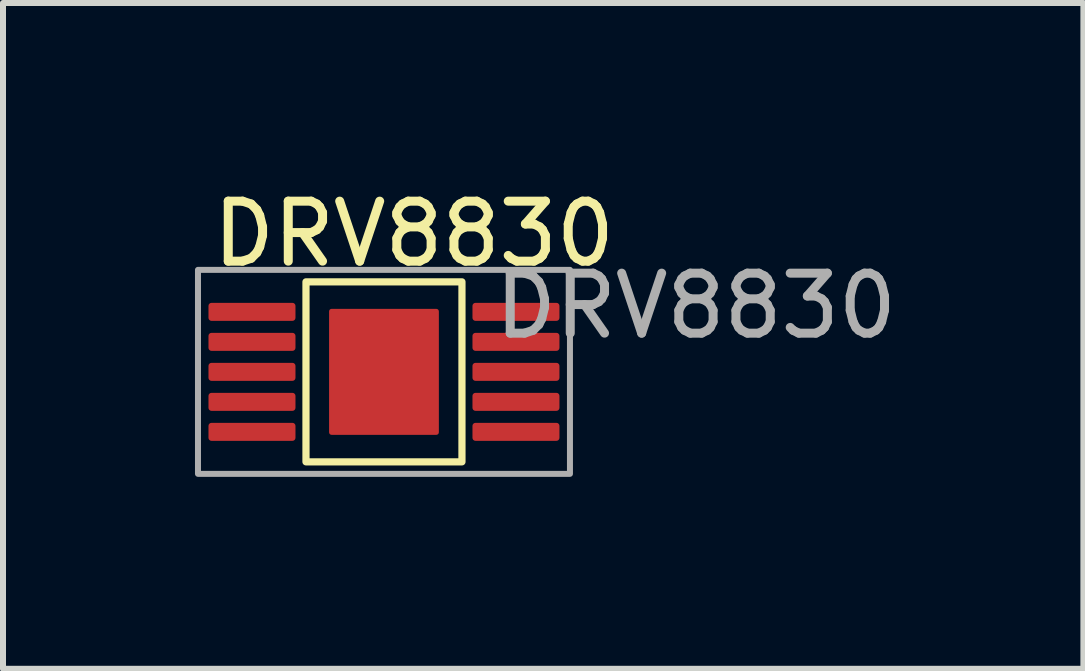
<source format=kicad_pcb>
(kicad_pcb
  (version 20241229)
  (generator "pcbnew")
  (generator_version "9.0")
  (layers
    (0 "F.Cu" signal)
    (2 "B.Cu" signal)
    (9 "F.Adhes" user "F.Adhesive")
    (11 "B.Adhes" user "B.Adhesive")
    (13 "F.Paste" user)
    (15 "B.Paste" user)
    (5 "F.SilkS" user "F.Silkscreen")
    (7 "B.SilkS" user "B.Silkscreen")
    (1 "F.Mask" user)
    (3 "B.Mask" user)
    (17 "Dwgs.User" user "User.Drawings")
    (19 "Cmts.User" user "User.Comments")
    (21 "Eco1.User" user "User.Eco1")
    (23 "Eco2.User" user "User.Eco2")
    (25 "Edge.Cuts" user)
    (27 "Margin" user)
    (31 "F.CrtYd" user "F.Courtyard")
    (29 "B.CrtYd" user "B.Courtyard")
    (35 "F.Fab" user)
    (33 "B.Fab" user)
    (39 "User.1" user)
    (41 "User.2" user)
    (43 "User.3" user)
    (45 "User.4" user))
  (footprint "DRV8830"
    (layer "F.Cu")
    (at 0.25 4.848)
    (property "Reference" "DRV8830" (at 3.6 -4 0) (unlocked yes) (layer "F.SilkS") (effects (font (size 1 1) (thickness 0.15))))
    (attr smd)
    (fp_rect (start 1.8 -3.2) (end 4.4 -0.2) (stroke (width 0.12) (type solid)) (fill no) (layer "F.SilkS"))
    (fp_rect (start 0 -3.4) (end 6.2 0) (stroke (width 0.1) (type solid)) (fill no) (layer "F.Fab"))
    (fp_text user "${REFERENCE}" (at 8.3 -2.8 0) (unlocked yes) (layer "F.Fab") (effects (font (size 1 1) (thickness 0.15))))
    (pad "1" smd roundrect (at 0.9 -2.7) (size 1.45 0.3) (layers "F.Cu" "F.Mask" "F.Paste") (roundrect_rratio 0.167))
    (pad "2" smd roundrect (at 0.9 -2.2) (size 1.45 0.3) (layers "F.Cu" "F.Mask" "F.Paste") (roundrect_rratio 0.167))
    (pad "3" smd roundrect (at 0.9 -1.7) (size 1.45 0.3) (layers "F.Cu" "F.Mask" "F.Paste") (roundrect_rratio 0.167))
    (pad "4" smd roundrect (at 0.9 -1.2) (size 1.45 0.3) (layers "F.Cu" "F.Mask" "F.Paste") (roundrect_rratio 0.167))
    (pad "5" smd roundrect (at 0.9 -0.7) (size 1.45 0.3) (layers "F.Cu" "F.Mask" "F.Paste") (roundrect_rratio 0.167))
    (pad "5" smd roundrect (at 3.1 -1.7) (size 1.83 2.1) (layers "F.Cu" "F.Mask" "F.Paste") (roundrect_rratio 0.023))
    (pad "6" smd roundrect (at 5.3 -0.7) (size 1.45 0.3) (layers "F.Cu" "F.Mask" "F.Paste") (roundrect_rratio 0.167))
    (pad "7" smd roundrect (at 5.3 -1.2) (size 1.45 0.3) (layers "F.Cu" "F.Mask" "F.Paste") (roundrect_rratio 0.167))
    (pad "8" smd roundrect (at 5.3 -1.7) (size 1.45 0.3) (layers "F.Cu" "F.Mask" "F.Paste") (roundrect_rratio 0.167))
    (pad "9" smd roundrect (at 5.3 -2.2) (size 1.45 0.3) (layers "F.Cu" "F.Mask" "F.Paste") (roundrect_rratio 0.167))
    (pad "10" smd roundrect (at 5.3 -2.7) (size 1.45 0.3) (layers "F.Cu" "F.Mask" "F.Paste") (roundrect_rratio 0.167)))
  (gr_rect
    (start -3 -3)
    (end 15.008 8.098)
    (stroke (width 0.1) (type default))
    (fill no)
    (layer "Edge.Cuts")))
</source>
